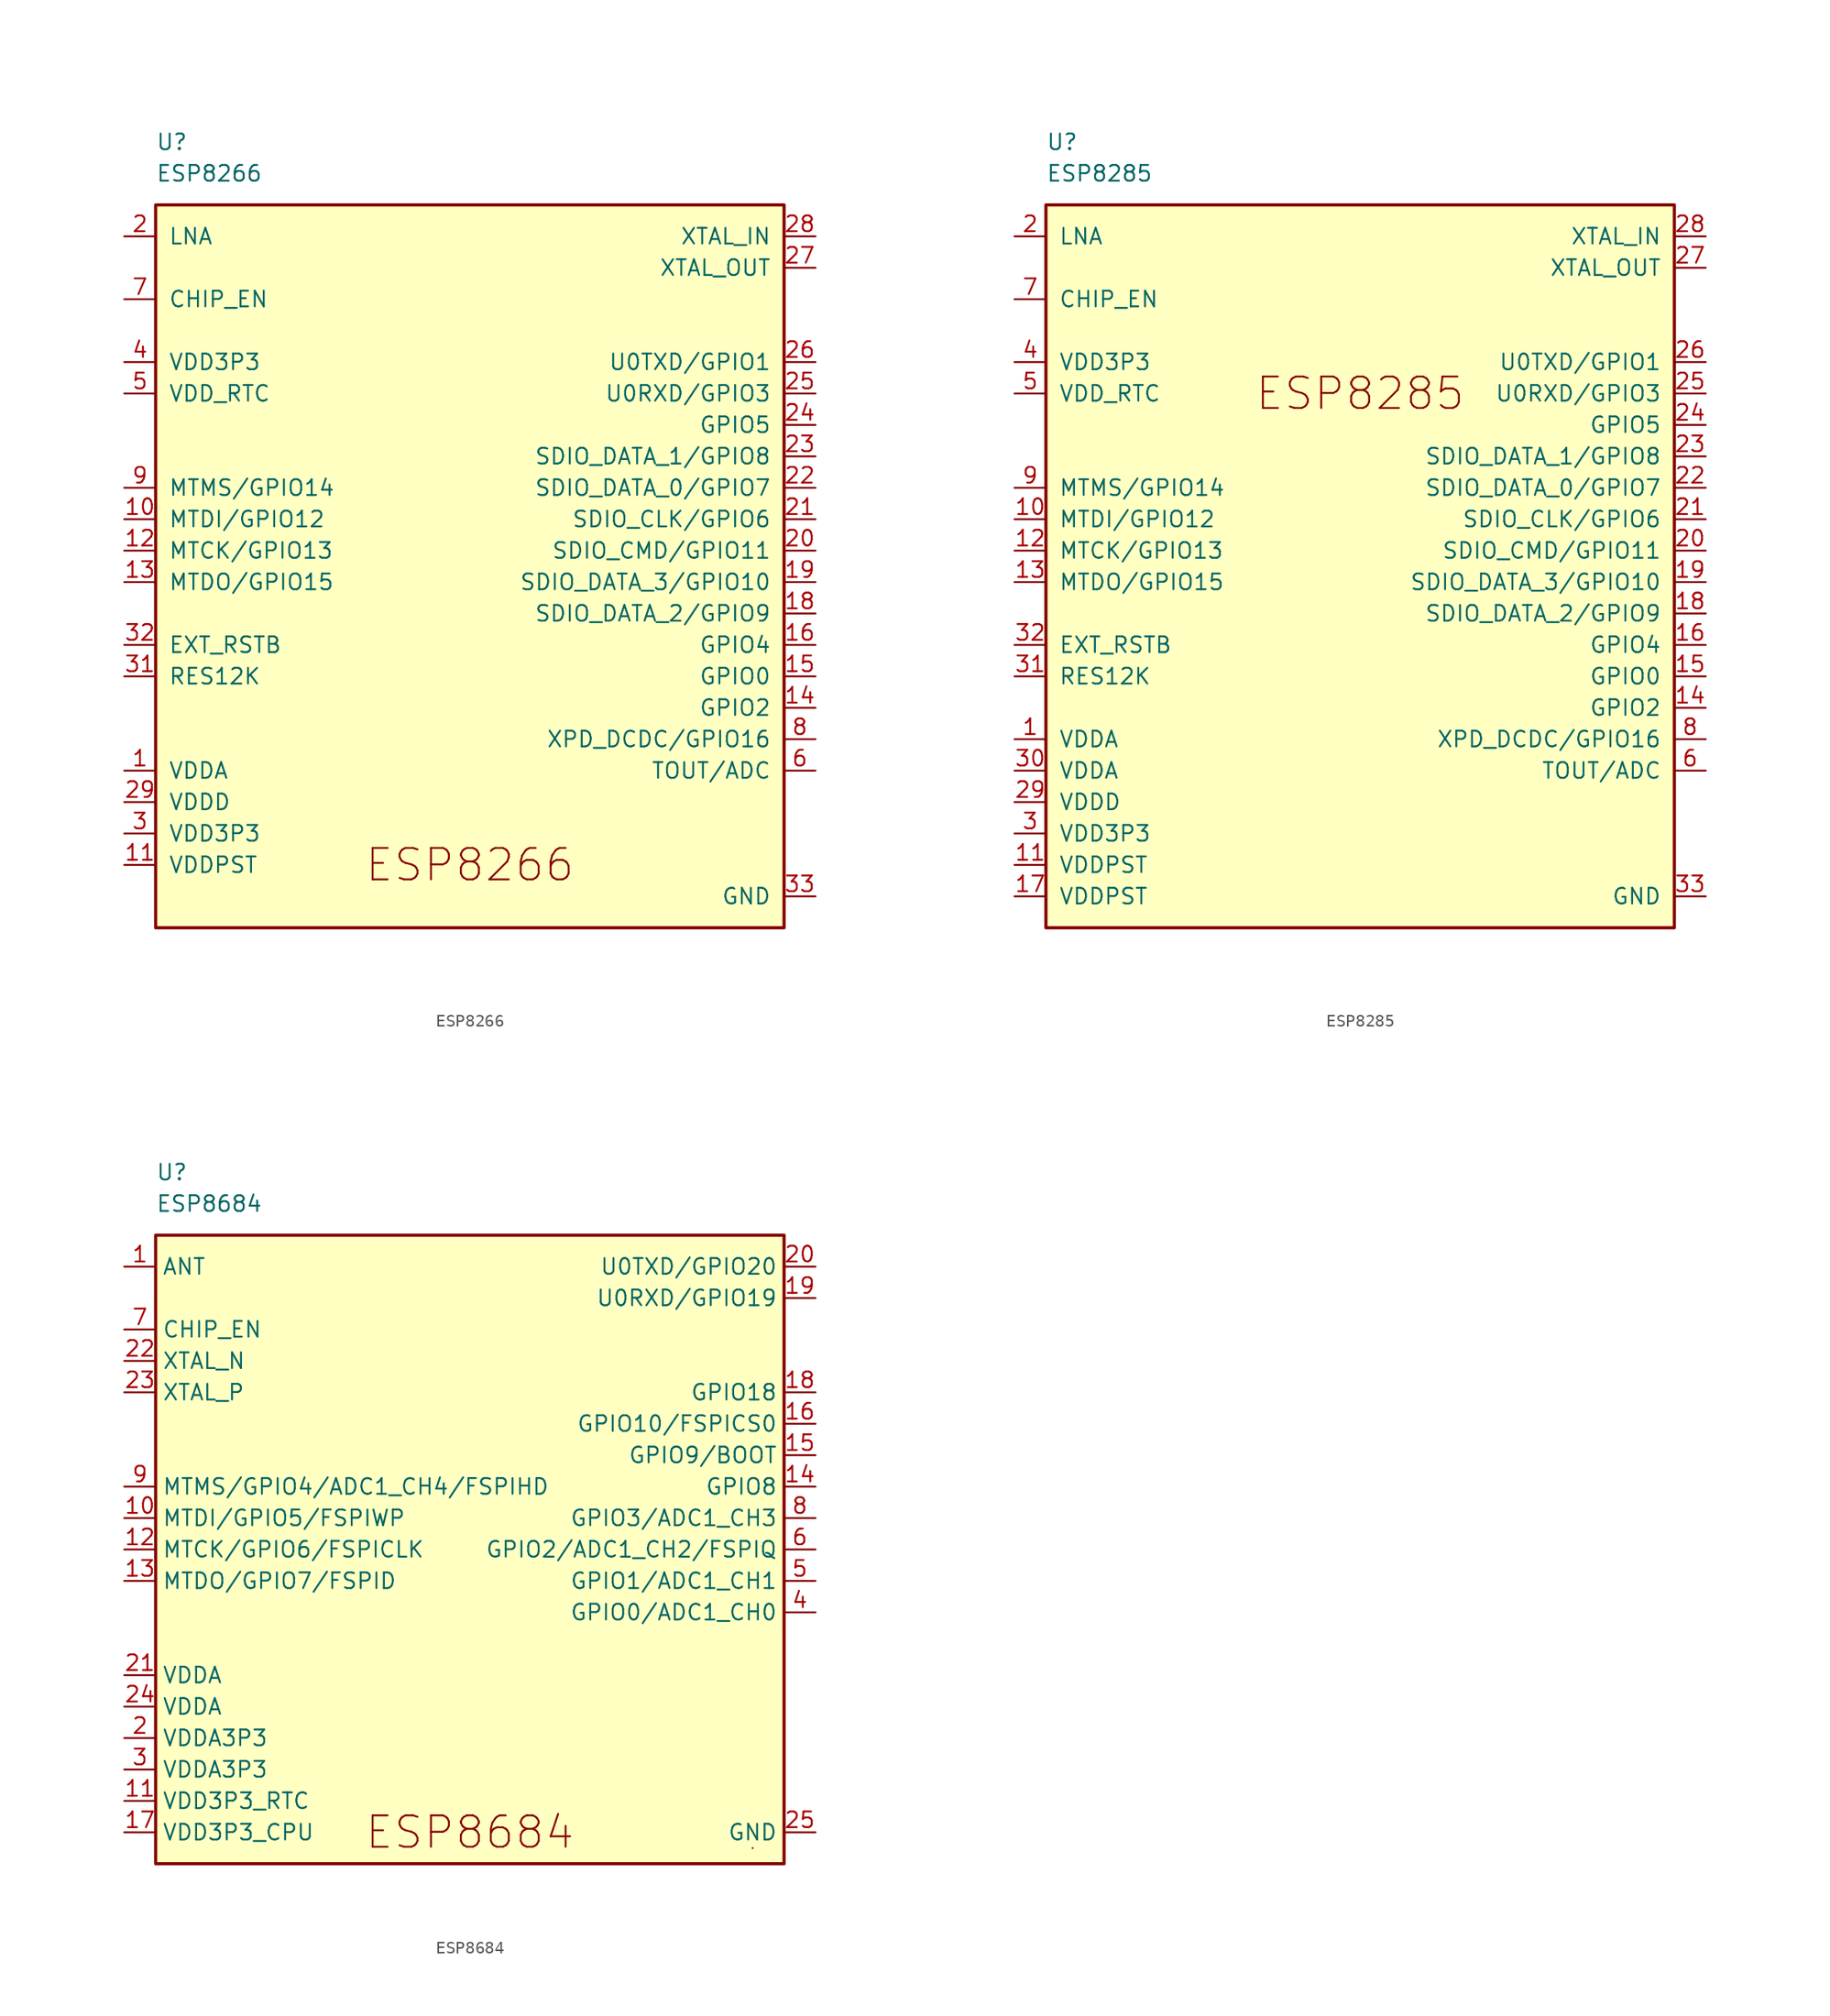
<source format=kicad_sym>
(kicad_symbol_lib
  (version 20211014)
  (generator kicad_symbol_editor)
  (symbol "ESP8266"
    (pin_names
      (offset 1.016))
    (property "Reference" "U"
      (at -25.4 35.56 0)
      (effects (font (size 1.27 1.27)) (justify left)))
    (property "Value" "ESP8266"
      (at -25.4 33.02 0)
      (effects (font (size 1.27 1.27)) (justify left)))
    (symbol "ESP8266_1_1"
      (rectangle (start -25.4 30.48) (end 25.4 -27.94) (stroke (width 0.254) (type default) (color 0 0 0 0)) (fill (type background)))
      (text "ESP8266" (at 0 -22.86 0) (effects (font (size 2.54 2.54))))
      (pin bidirectional line (at -27.94 -15.24 0) (length 2.54) (name "VDDA" (effects (font (size 1.27 1.27)))) (number "1" (effects (font (size 1.27 1.27)))))
      (pin bidirectional line (at -27.94 5.08 0) (length 2.54) (name "MTDI/GPIO12" (effects (font (size 1.27 1.27)))) (number "10" (effects (font (size 1.27 1.27)))))
      (pin power_in line (at -27.94 -22.86 0) (length 2.54) (name "VDDPST" (effects (font (size 1.27 1.27)))) (number "11" (effects (font (size 1.27 1.27)))))
      (pin bidirectional line (at -27.94 2.54 0) (length 2.54) (name "MTCK/GPIO13" (effects (font (size 1.27 1.27)))) (number "12" (effects (font (size 1.27 1.27)))))
      (pin bidirectional line (at -27.94 0 0) (length 2.54) (name "MTDO/GPIO15" (effects (font (size 1.27 1.27)))) (number "13" (effects (font (size 1.27 1.27)))))
      (pin bidirectional line (at 27.94 -10.16 180) (length 2.54) (name "GPIO2" (effects (font (size 1.27 1.27)))) (number "14" (effects (font (size 1.27 1.27)))))
      (pin bidirectional line (at 27.94 -7.62 180) (length 2.54) (name "GPIO0" (effects (font (size 1.27 1.27)))) (number "15" (effects (font (size 1.27 1.27)))))
      (pin bidirectional line (at 27.94 -5.08 180) (length 2.54) (name "GPIO4" (effects (font (size 1.27 1.27)))) (number "16" (effects (font (size 1.27 1.27)))))
      (pin passive line (at -27.94 -22.86 0) (length 2.54) hide (name "VDDPST" (effects (font (size 1.27 1.27)))) (number "17" (effects (font (size 1.27 1.27)))))
      (pin bidirectional line (at 27.94 -2.54 180) (length 2.54) (name "SDIO_DATA_2/GPIO9" (effects (font (size 1.27 1.27)))) (number "18" (effects (font (size 1.27 1.27)))))
      (pin bidirectional line (at 27.94 0 180) (length 2.54) (name "SDIO_DATA_3/GPIO10" (effects (font (size 1.27 1.27)))) (number "19" (effects (font (size 1.27 1.27)))))
      (pin power_in line (at -27.94 27.94 0) (length 2.54) (name "LNA" (effects (font (size 1.27 1.27)))) (number "2" (effects (font (size 1.27 1.27)))))
      (pin bidirectional line (at 27.94 2.54 180) (length 2.54) (name "SDIO_CMD/GPIO11" (effects (font (size 1.27 1.27)))) (number "20" (effects (font (size 1.27 1.27)))))
      (pin bidirectional line (at 27.94 5.08 180) (length 2.54) (name "SDIO_CLK/GPIO6" (effects (font (size 1.27 1.27)))) (number "21" (effects (font (size 1.27 1.27)))))
      (pin bidirectional line (at 27.94 7.62 180) (length 2.54) (name "SDIO_DATA_0/GPIO7" (effects (font (size 1.27 1.27)))) (number "22" (effects (font (size 1.27 1.27)))))
      (pin bidirectional line (at 27.94 10.16 180) (length 2.54) (name "SDIO_DATA_1/GPIO8" (effects (font (size 1.27 1.27)))) (number "23" (effects (font (size 1.27 1.27)))))
      (pin bidirectional line (at 27.94 12.7 180) (length 2.54) (name "GPIO5" (effects (font (size 1.27 1.27)))) (number "24" (effects (font (size 1.27 1.27)))))
      (pin bidirectional line (at 27.94 15.24 180) (length 2.54) (name "U0RXD/GPIO3" (effects (font (size 1.27 1.27)))) (number "25" (effects (font (size 1.27 1.27)))))
      (pin bidirectional line (at 27.94 17.78 180) (length 2.54) (name "U0TXD/GPIO1" (effects (font (size 1.27 1.27)))) (number "26" (effects (font (size 1.27 1.27)))))
      (pin bidirectional line (at 27.94 25.4 180) (length 2.54) (name "XTAL_OUT" (effects (font (size 1.27 1.27)))) (number "27" (effects (font (size 1.27 1.27)))))
      (pin bidirectional line (at 27.94 27.94 180) (length 2.54) (name "XTAL_IN" (effects (font (size 1.27 1.27)))) (number "28" (effects (font (size 1.27 1.27)))))
      (pin output line (at -27.94 -17.78 0) (length 2.54) (name "VDDD" (effects (font (size 1.27 1.27)))) (number "29" (effects (font (size 1.27 1.27)))))
      (pin power_out line (at -27.94 -20.32 0) (length 2.54) (name "VDD3P3" (effects (font (size 1.27 1.27)))) (number "3" (effects (font (size 1.27 1.27)))))
      (pin passive line (at -27.94 -15.24 0) (length 2.54) hide (name "VDDA" (effects (font (size 1.27 1.27)))) (number "30" (effects (font (size 1.27 1.27)))))
      (pin power_in line (at -27.94 -7.62 0) (length 2.54) (name "RES12K" (effects (font (size 1.27 1.27)))) (number "31" (effects (font (size 1.27 1.27)))))
      (pin power_in line (at -27.94 -5.08 0) (length 2.54) (name "EXT_RSTB" (effects (font (size 1.27 1.27)))) (number "32" (effects (font (size 1.27 1.27)))))
      (pin power_in line (at 27.94 -25.4 180) (length 2.54) (name "GND" (effects (font (size 1.27 1.27)))) (number "33" (effects (font (size 1.27 1.27)))))
      (pin output line (at -27.94 17.78 0) (length 2.54) (name "VDD3P3" (effects (font (size 1.27 1.27)))) (number "4" (effects (font (size 1.27 1.27)))))
      (pin input line (at -27.94 15.24 0) (length 2.54) (name "VDD_RTC" (effects (font (size 1.27 1.27)))) (number "5" (effects (font (size 1.27 1.27)))))
      (pin input line (at 27.94 -15.24 180) (length 2.54) (name "TOUT/ADC" (effects (font (size 1.27 1.27)))) (number "6" (effects (font (size 1.27 1.27)))))
      (pin input line (at -27.94 22.86 0) (length 2.54) (name "CHIP_EN" (effects (font (size 1.27 1.27)))) (number "7" (effects (font (size 1.27 1.27)))))
      (pin bidirectional line (at 27.94 -12.7 180) (length 2.54) (name "XPD_DCDC/GPIO16" (effects (font (size 1.27 1.27)))) (number "8" (effects (font (size 1.27 1.27)))))
      (pin bidirectional line (at -27.94 7.62 0) (length 2.54) (name "MTMS/GPIO14" (effects (font (size 1.27 1.27)))) (number "9" (effects (font (size 1.27 1.27)))))))
  (symbol "ESP8285"
    (pin_names
      (offset 1.016))
    (property "Reference" "U"
      (at -25.4 35.56 0)
      (effects (font (size 1.27 1.27)) (justify left)))
    (property "Value" "ESP8285"
      (at -25.4 33.02 0)
      (effects (font (size 1.27 1.27)) (justify left)))
    (symbol "ESP8285_1_1"
      (rectangle (start -25.4 30.48) (end 25.4 -27.94) (stroke (width 0.254) (type default) (color 0 0 0 0)) (fill (type background)))
      (text "ESP8285" (at 0 15.24 0) (effects (font (size 2.54 2.54))))
      (pin bidirectional line (at -27.94 -12.7 0) (length 2.54) (name "VDDA" (effects (font (size 1.27 1.27)))) (number "1" (effects (font (size 1.27 1.27)))))
      (pin bidirectional line (at -27.94 5.08 0) (length 2.54) (name "MTDI/GPIO12" (effects (font (size 1.27 1.27)))) (number "10" (effects (font (size 1.27 1.27)))))
      (pin power_in line (at -27.94 -22.86 0) (length 2.54) (name "VDDPST" (effects (font (size 1.27 1.27)))) (number "11" (effects (font (size 1.27 1.27)))))
      (pin bidirectional line (at -27.94 2.54 0) (length 2.54) (name "MTCK/GPIO13" (effects (font (size 1.27 1.27)))) (number "12" (effects (font (size 1.27 1.27)))))
      (pin bidirectional line (at -27.94 0 0) (length 2.54) (name "MTDO/GPIO15" (effects (font (size 1.27 1.27)))) (number "13" (effects (font (size 1.27 1.27)))))
      (pin bidirectional line (at 27.94 -10.16 180) (length 2.54) (name "GPIO2" (effects (font (size 1.27 1.27)))) (number "14" (effects (font (size 1.27 1.27)))))
      (pin bidirectional line (at 27.94 -7.62 180) (length 2.54) (name "GPIO0" (effects (font (size 1.27 1.27)))) (number "15" (effects (font (size 1.27 1.27)))))
      (pin bidirectional line (at 27.94 -5.08 180) (length 2.54) (name "GPIO4" (effects (font (size 1.27 1.27)))) (number "16" (effects (font (size 1.27 1.27)))))
      (pin power_in line (at -27.94 -25.4 0) (length 2.54) (name "VDDPST" (effects (font (size 1.27 1.27)))) (number "17" (effects (font (size 1.27 1.27)))))
      (pin bidirectional line (at 27.94 -2.54 180) (length 2.54) (name "SDIO_DATA_2/GPIO9" (effects (font (size 1.27 1.27)))) (number "18" (effects (font (size 1.27 1.27)))))
      (pin bidirectional line (at 27.94 0 180) (length 2.54) (name "SDIO_DATA_3/GPIO10" (effects (font (size 1.27 1.27)))) (number "19" (effects (font (size 1.27 1.27)))))
      (pin power_in line (at -27.94 27.94 0) (length 2.54) (name "LNA" (effects (font (size 1.27 1.27)))) (number "2" (effects (font (size 1.27 1.27)))))
      (pin bidirectional line (at 27.94 2.54 180) (length 2.54) (name "SDIO_CMD/GPIO11" (effects (font (size 1.27 1.27)))) (number "20" (effects (font (size 1.27 1.27)))))
      (pin bidirectional line (at 27.94 5.08 180) (length 2.54) (name "SDIO_CLK/GPIO6" (effects (font (size 1.27 1.27)))) (number "21" (effects (font (size 1.27 1.27)))))
      (pin bidirectional line (at 27.94 7.62 180) (length 2.54) (name "SDIO_DATA_0/GPIO7" (effects (font (size 1.27 1.27)))) (number "22" (effects (font (size 1.27 1.27)))))
      (pin bidirectional line (at 27.94 10.16 180) (length 2.54) (name "SDIO_DATA_1/GPIO8" (effects (font (size 1.27 1.27)))) (number "23" (effects (font (size 1.27 1.27)))))
      (pin bidirectional line (at 27.94 12.7 180) (length 2.54) (name "GPIO5" (effects (font (size 1.27 1.27)))) (number "24" (effects (font (size 1.27 1.27)))))
      (pin bidirectional line (at 27.94 15.24 180) (length 2.54) (name "U0RXD/GPIO3" (effects (font (size 1.27 1.27)))) (number "25" (effects (font (size 1.27 1.27)))))
      (pin bidirectional line (at 27.94 17.78 180) (length 2.54) (name "U0TXD/GPIO1" (effects (font (size 1.27 1.27)))) (number "26" (effects (font (size 1.27 1.27)))))
      (pin bidirectional line (at 27.94 25.4 180) (length 2.54) (name "XTAL_OUT" (effects (font (size 1.27 1.27)))) (number "27" (effects (font (size 1.27 1.27)))))
      (pin bidirectional line (at 27.94 27.94 180) (length 2.54) (name "XTAL_IN" (effects (font (size 1.27 1.27)))) (number "28" (effects (font (size 1.27 1.27)))))
      (pin output line (at -27.94 -17.78 0) (length 2.54) (name "VDDD" (effects (font (size 1.27 1.27)))) (number "29" (effects (font (size 1.27 1.27)))))
      (pin power_out line (at -27.94 -20.32 0) (length 2.54) (name "VDD3P3" (effects (font (size 1.27 1.27)))) (number "3" (effects (font (size 1.27 1.27)))))
      (pin input line (at -27.94 -15.24 0) (length 2.54) (name "VDDA" (effects (font (size 1.27 1.27)))) (number "30" (effects (font (size 1.27 1.27)))))
      (pin power_in line (at -27.94 -7.62 0) (length 2.54) (name "RES12K" (effects (font (size 1.27 1.27)))) (number "31" (effects (font (size 1.27 1.27)))))
      (pin power_in line (at -27.94 -5.08 0) (length 2.54) (name "EXT_RSTB" (effects (font (size 1.27 1.27)))) (number "32" (effects (font (size 1.27 1.27)))))
      (pin power_in line (at 27.94 -25.4 180) (length 2.54) (name "GND" (effects (font (size 1.27 1.27)))) (number "33" (effects (font (size 1.27 1.27)))))
      (pin output line (at -27.94 17.78 0) (length 2.54) (name "VDD3P3" (effects (font (size 1.27 1.27)))) (number "4" (effects (font (size 1.27 1.27)))))
      (pin input line (at -27.94 15.24 0) (length 2.54) (name "VDD_RTC" (effects (font (size 1.27 1.27)))) (number "5" (effects (font (size 1.27 1.27)))))
      (pin input line (at 27.94 -15.24 180) (length 2.54) (name "TOUT/ADC" (effects (font (size 1.27 1.27)))) (number "6" (effects (font (size 1.27 1.27)))))
      (pin input line (at -27.94 22.86 0) (length 2.54) (name "CHIP_EN" (effects (font (size 1.27 1.27)))) (number "7" (effects (font (size 1.27 1.27)))))
      (pin bidirectional line (at 27.94 -12.7 180) (length 2.54) (name "XPD_DCDC/GPIO16" (effects (font (size 1.27 1.27)))) (number "8" (effects (font (size 1.27 1.27)))))
      (pin bidirectional line (at -27.94 7.62 0) (length 2.54) (name "MTMS/GPIO14" (effects (font (size 1.27 1.27)))) (number "9" (effects (font (size 1.27 1.27)))))))
  (symbol "ESP8684"
    (property "Reference" "U"
      (at -25.4 30.48 0)
      (effects (font (size 1.27 1.27)) (justify left)))
    (property "Value" "ESP8684"
      (at -25.4 27.94 0)
      (effects (font (size 1.27 1.27)) (justify left)))
    (symbol "ESP8684_0_0"
      (text "ESP8684" (at 0 -22.86 0) (effects (font (size 2.54 2.54)))))
    (symbol "ESP8684_0_1"
      (rectangle (start -25.4 25.4) (end 25.4 -25.4) (stroke (width 0.254) (type default) (color 0 0 0 0)) (fill (type background)))
      (rectangle (start 22.86 -24.13) (end 22.86 -24.13) (stroke (width 0) (type default) (color 0 0 0 0)) (fill (type none))))
    (symbol "ESP8684_1_1"
      (pin bidirectional line (at -27.94 22.86 0) (length 2.54) (name "ANT" (effects (font (size 1.27 1.27)))) (number "1" (effects (font (size 1.27 1.27)))))
      (pin bidirectional line (at -27.94 2.54 0) (length 2.54) (name "MTDI/GPIO5/FSPIWP" (effects (font (size 1.27 1.27)))) (number "10" (effects (font (size 1.27 1.27)))))
      (pin power_in line (at -27.94 -20.32 0) (length 2.54) (name "VDD3P3_RTC" (effects (font (size 1.27 1.27)))) (number "11" (effects (font (size 1.27 1.27)))))
      (pin bidirectional line (at -27.94 0 0) (length 2.54) (name "MTCK/GPIO6/FSPICLK" (effects (font (size 1.27 1.27)))) (number "12" (effects (font (size 1.27 1.27)))))
      (pin bidirectional line (at -27.94 -2.54 0) (length 2.54) (name "MTDO/GPIO7/FSPID" (effects (font (size 1.27 1.27)))) (number "13" (effects (font (size 1.27 1.27)))))
      (pin bidirectional line (at 27.94 5.08 180) (length 2.54) (name "GPIO8" (effects (font (size 1.27 1.27)))) (number "14" (effects (font (size 1.27 1.27)))))
      (pin bidirectional line (at 27.94 7.62 180) (length 2.54) (name "GPIO9/BOOT" (effects (font (size 1.27 1.27)))) (number "15" (effects (font (size 1.27 1.27)))))
      (pin bidirectional line (at 27.94 10.16 180) (length 2.54) (name "GPIO10/FSPICS0" (effects (font (size 1.27 1.27)))) (number "16" (effects (font (size 1.27 1.27)))))
      (pin power_in line (at -27.94 -22.86 0) (length 2.54) (name "VDD3P3_CPU" (effects (font (size 1.27 1.27)))) (number "17" (effects (font (size 1.27 1.27)))))
      (pin bidirectional line (at 27.94 12.7 180) (length 2.54) (name "GPIO18" (effects (font (size 1.27 1.27)))) (number "18" (effects (font (size 1.27 1.27)))))
      (pin bidirectional line (at 27.94 20.32 180) (length 2.54) (name "U0RXD/GPIO19" (effects (font (size 1.27 1.27)))) (number "19" (effects (font (size 1.27 1.27)))))
      (pin power_in line (at -27.94 -15.24 0) (length 2.54) (name "VDDA3P3" (effects (font (size 1.27 1.27)))) (number "2" (effects (font (size 1.27 1.27)))))
      (pin bidirectional line (at 27.94 22.86 180) (length 2.54) (name "U0TXD/GPIO20" (effects (font (size 1.27 1.27)))) (number "20" (effects (font (size 1.27 1.27)))))
      (pin power_in line (at -27.94 -10.16 0) (length 2.54) (name "VDDA" (effects (font (size 1.27 1.27)))) (number "21" (effects (font (size 1.27 1.27)))))
      (pin output line (at -27.94 15.24 0) (length 2.54) (name "XTAL_N" (effects (font (size 1.27 1.27)))) (number "22" (effects (font (size 1.27 1.27)))))
      (pin input line (at -27.94 12.7 0) (length 2.54) (name "XTAL_P" (effects (font (size 1.27 1.27)))) (number "23" (effects (font (size 1.27 1.27)))))
      (pin power_in line (at -27.94 -12.7 0) (length 2.54) (name "VDDA" (effects (font (size 1.27 1.27)))) (number "24" (effects (font (size 1.27 1.27)))))
      (pin power_in line (at 27.94 -22.86 180) (length 2.54) (name "GND" (effects (font (size 1.27 1.27)))) (number "25" (effects (font (size 1.27 1.27)))))
      (pin power_in line (at -27.94 -17.78 0) (length 2.54) (name "VDDA3P3" (effects (font (size 1.27 1.27)))) (number "3" (effects (font (size 1.27 1.27)))))
      (pin bidirectional line (at 27.94 -5.08 180) (length 2.54) (name "GPIO0/ADC1_CH0" (effects (font (size 1.27 1.27)))) (number "4" (effects (font (size 1.27 1.27)))))
      (pin bidirectional line (at 27.94 -2.54 180) (length 2.54) (name "GPIO1/ADC1_CH1" (effects (font (size 1.27 1.27)))) (number "5" (effects (font (size 1.27 1.27)))))
      (pin bidirectional line (at 27.94 0 180) (length 2.54) (name "GPIO2/ADC1_CH2/FSPIQ" (effects (font (size 1.27 1.27)))) (number "6" (effects (font (size 1.27 1.27)))))
      (pin input line (at -27.94 17.78 0) (length 2.54) (name "CHIP_EN" (effects (font (size 1.27 1.27)))) (number "7" (effects (font (size 1.27 1.27)))))
      (pin bidirectional line (at 27.94 2.54 180) (length 2.54) (name "GPIO3/ADC1_CH3" (effects (font (size 1.27 1.27)))) (number "8" (effects (font (size 1.27 1.27)))))
      (pin bidirectional line (at -27.94 5.08 0) (length 2.54) (name "MTMS/GPIO4/ADC1_CH4/FSPIHD" (effects (font (size 1.27 1.27)))) (number "9" (effects (font (size 1.27 1.27))))))))
</source>
